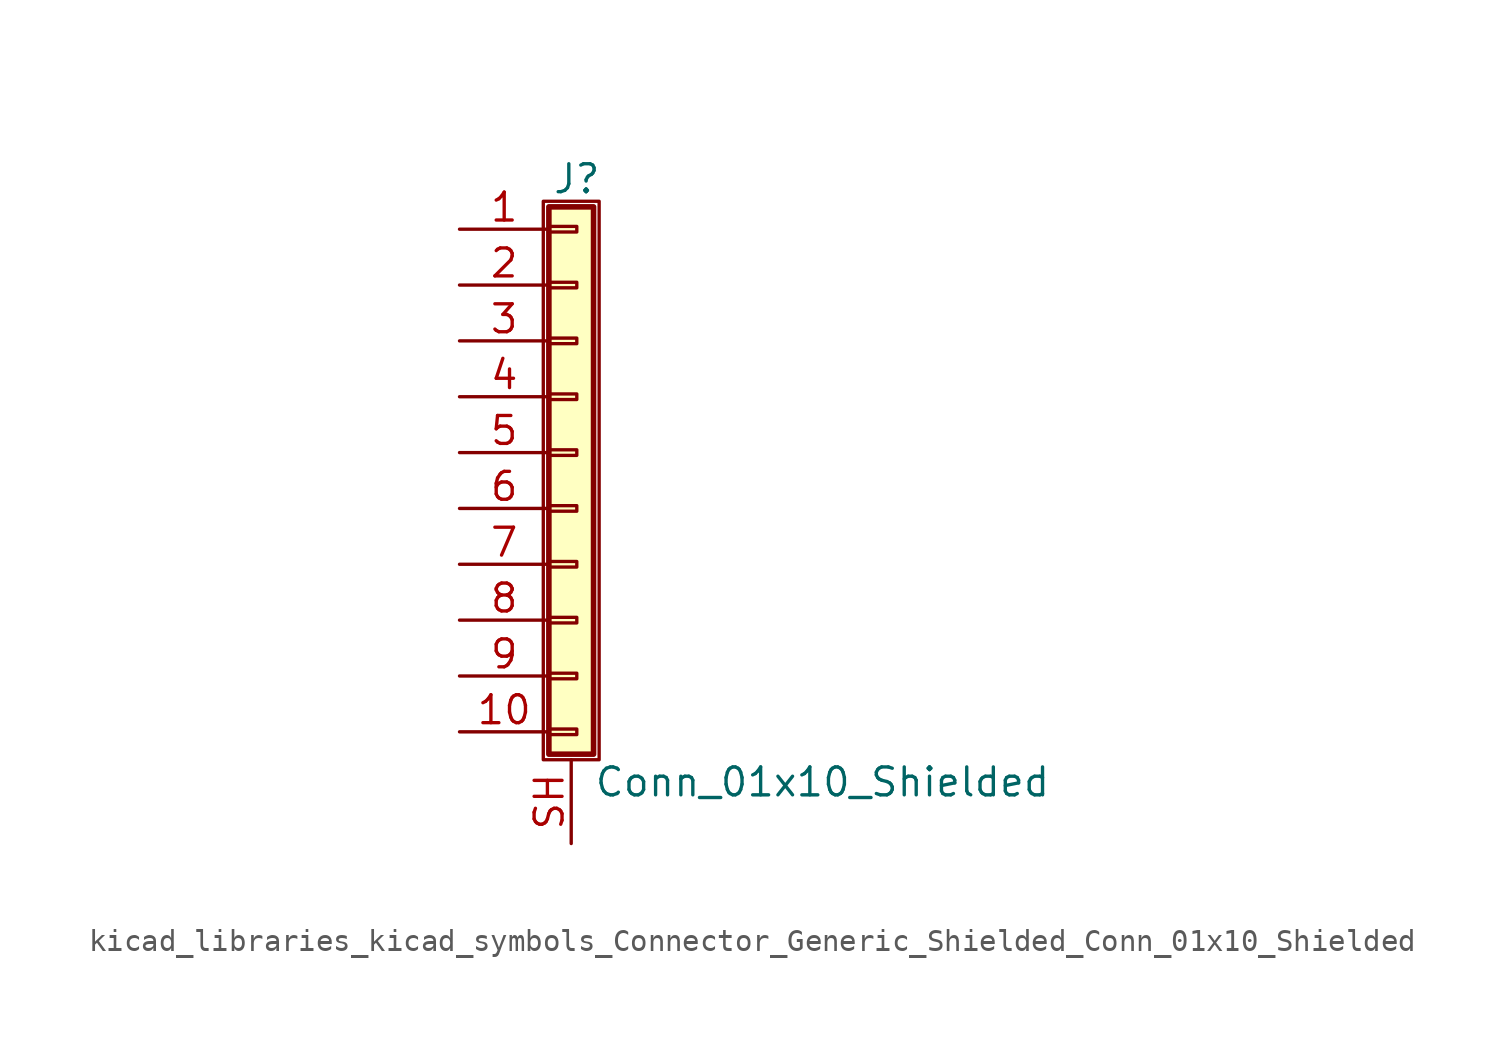
<source format=kicad_sym>
(kicad_symbol_lib
  (version 20220914)
  (generator kicad_symbol_editor)
  (symbol "kicad_libraries_kicad_symbols_Connector_Generic_Shielded_Conn_01x10_Shielded"
    (pin_names
      (offset 1.016) hide)
    (property "Reference" "J"
      (at 0.254 12.446 0)
      (effects (font (size 1.27 1.27))))
    (property "Value" "Conn_01x10_Shielded"
      (at 1.016 -14.986 0)
      (effects (font (size 1.27 1.27)) (justify left)))
    (symbol "kicad_libraries_kicad_symbols_Connector_Generic_Shielded_Conn_01x10_Shielded_1_1"
      (rectangle (start -1.27 11.43) (end 1.27 -13.97) (stroke (width 0.152) (type default)) (fill (type none)))
      (rectangle (start -1.016 -12.573) (end 0.254 -12.827) (stroke (width 0.152) (type default)) (fill (type none)))
      (rectangle (start -1.016 -10.033) (end 0.254 -10.287) (stroke (width 0.152) (type default)) (fill (type none)))
      (rectangle (start -1.016 -7.493) (end 0.254 -7.747) (stroke (width 0.152) (type default)) (fill (type none)))
      (rectangle (start -1.016 -4.953) (end 0.254 -5.207) (stroke (width 0.152) (type default)) (fill (type none)))
      (rectangle (start -1.016 -2.413) (end 0.254 -2.667) (stroke (width 0.152) (type default)) (fill (type none)))
      (rectangle (start -1.016 0.127) (end 0.254 -0.127) (stroke (width 0.152) (type default)) (fill (type none)))
      (rectangle (start -1.016 2.667) (end 0.254 2.413) (stroke (width 0.152) (type default)) (fill (type none)))
      (rectangle (start -1.016 5.207) (end 0.254 4.953) (stroke (width 0.152) (type default)) (fill (type none)))
      (rectangle (start -1.016 7.747) (end 0.254 7.493) (stroke (width 0.152) (type default)) (fill (type none)))
      (rectangle (start -1.016 10.287) (end 0.254 10.033) (stroke (width 0.152) (type default)) (fill (type none)))
      (rectangle (start -1.016 11.176) (end 1.016 -13.716) (stroke (width 0.254) (type default)) (fill (type background)))
      (pin passive line (at -5.08 10.16 0) (length 4.064) (name "Pin_1" (effects (font (size 1.27 1.27)))) (number "1" (effects (font (size 1.27 1.27)))))
      (pin passive line (at -5.08 -12.7 0) (length 4.064) (name "Pin_10" (effects (font (size 1.27 1.27)))) (number "10" (effects (font (size 1.27 1.27)))))
      (pin passive line (at -5.08 7.62 0) (length 4.064) (name "Pin_2" (effects (font (size 1.27 1.27)))) (number "2" (effects (font (size 1.27 1.27)))))
      (pin passive line (at -5.08 5.08 0) (length 4.064) (name "Pin_3" (effects (font (size 1.27 1.27)))) (number "3" (effects (font (size 1.27 1.27)))))
      (pin passive line (at -5.08 2.54 0) (length 4.064) (name "Pin_4" (effects (font (size 1.27 1.27)))) (number "4" (effects (font (size 1.27 1.27)))))
      (pin passive line (at -5.08 0 0) (length 4.064) (name "Pin_5" (effects (font (size 1.27 1.27)))) (number "5" (effects (font (size 1.27 1.27)))))
      (pin passive line (at -5.08 -2.54 0) (length 4.064) (name "Pin_6" (effects (font (size 1.27 1.27)))) (number "6" (effects (font (size 1.27 1.27)))))
      (pin passive line (at -5.08 -5.08 0) (length 4.064) (name "Pin_7" (effects (font (size 1.27 1.27)))) (number "7" (effects (font (size 1.27 1.27)))))
      (pin passive line (at -5.08 -7.62 0) (length 4.064) (name "Pin_8" (effects (font (size 1.27 1.27)))) (number "8" (effects (font (size 1.27 1.27)))))
      (pin passive line (at -5.08 -10.16 0) (length 4.064) (name "Pin_9" (effects (font (size 1.27 1.27)))) (number "9" (effects (font (size 1.27 1.27)))))
      (pin passive line (at 0 -17.78 90) (length 3.81) (name "Shield" (effects (font (size 1.27 1.27)))) (number "SH" (effects (font (size 1.27 1.27))))))))
</source>
